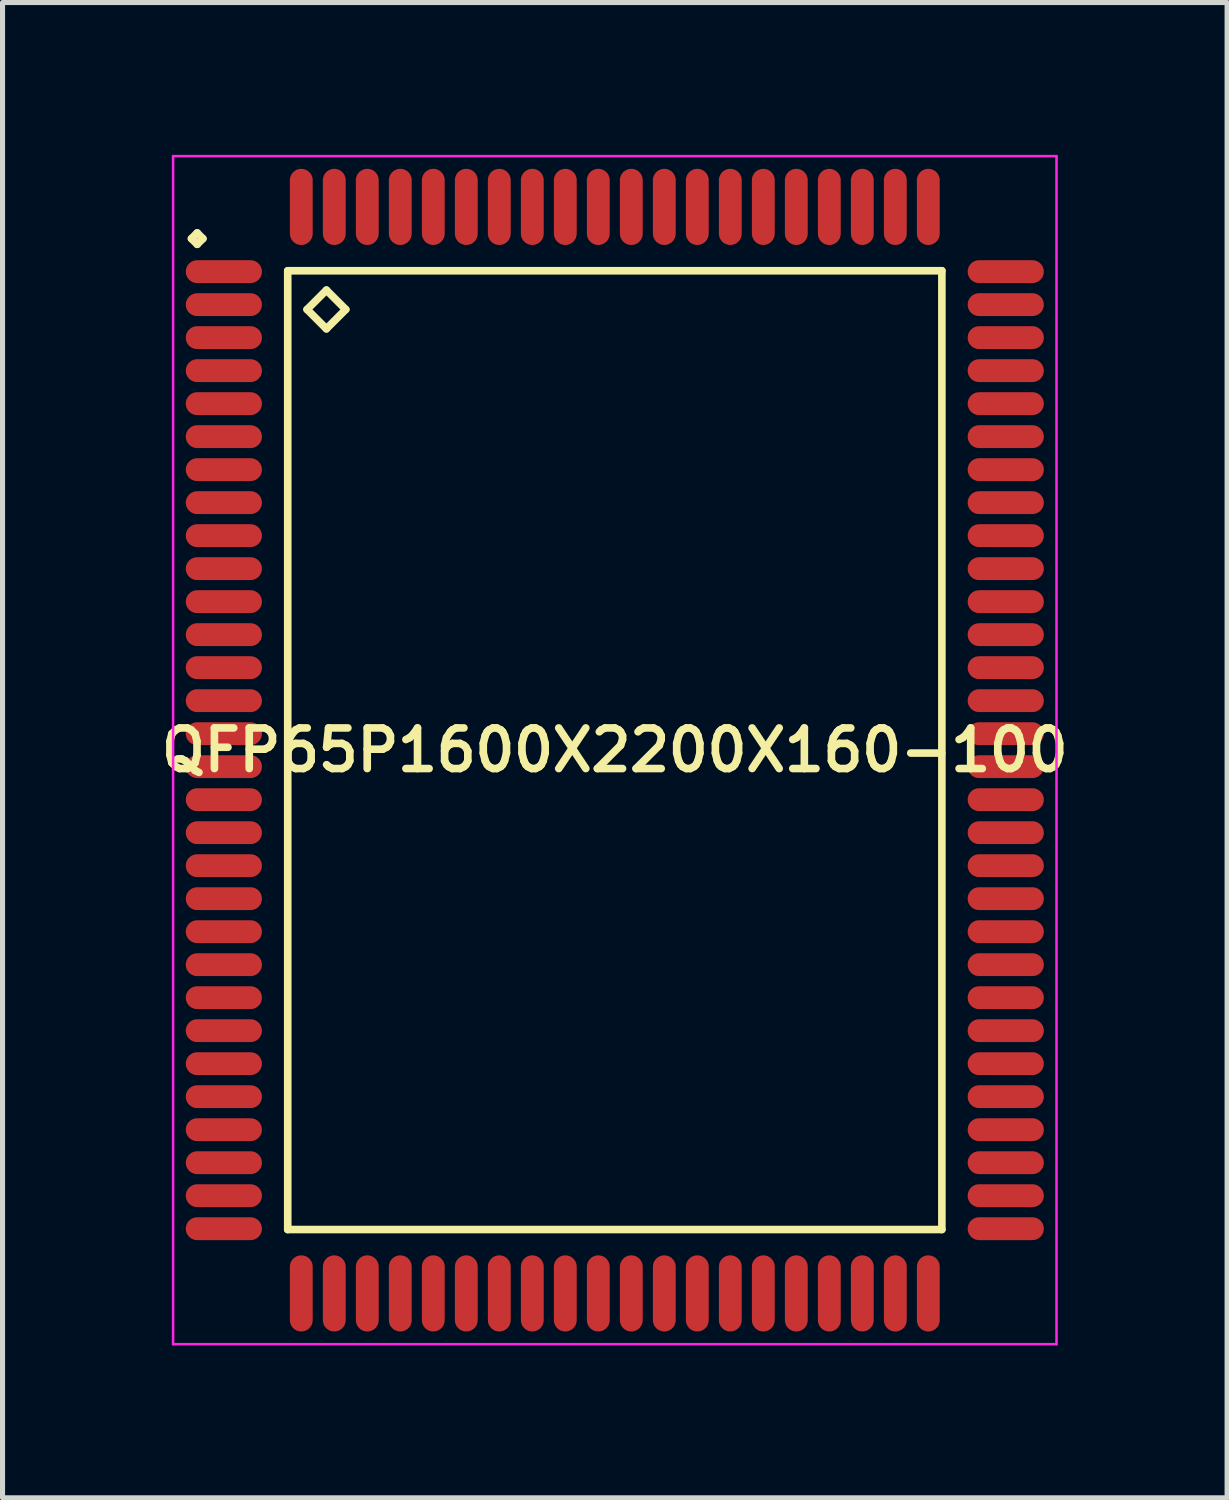
<source format=kicad_pcb>
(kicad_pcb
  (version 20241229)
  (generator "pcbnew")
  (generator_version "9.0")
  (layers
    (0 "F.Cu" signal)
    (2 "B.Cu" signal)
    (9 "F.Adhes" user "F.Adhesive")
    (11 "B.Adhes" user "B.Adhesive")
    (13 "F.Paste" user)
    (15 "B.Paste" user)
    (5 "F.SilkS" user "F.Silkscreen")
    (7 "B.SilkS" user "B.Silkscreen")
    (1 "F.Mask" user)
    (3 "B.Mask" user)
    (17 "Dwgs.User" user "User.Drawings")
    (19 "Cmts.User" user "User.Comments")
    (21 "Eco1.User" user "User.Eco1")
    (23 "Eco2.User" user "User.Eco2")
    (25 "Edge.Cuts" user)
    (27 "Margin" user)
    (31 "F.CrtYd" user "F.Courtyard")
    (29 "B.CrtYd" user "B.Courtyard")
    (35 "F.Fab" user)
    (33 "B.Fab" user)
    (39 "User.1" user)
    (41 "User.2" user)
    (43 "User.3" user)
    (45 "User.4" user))
  (footprint "QFP65P1600X2200X160-100"
    (layer "F.Cu")
    (at 9.059 11.725)
    (property "Reference" "QFP65P1600X2200X160-100" (at 0 0 0) (layer "F.SilkS") (effects (font (size 0.8 0.8) (thickness 0.15))))
    (attr smd)
    (fp_line (start -8.338 -10.075) (end -8.225 -10.188) (stroke (width 0.15) (type solid)) (layer "F.SilkS"))
    (fp_line (start -8.225 -10.188) (end -8.113 -10.075) (stroke (width 0.15) (type solid)) (layer "F.SilkS"))
    (fp_line (start -8.225 -9.963) (end -8.338 -10.075) (stroke (width 0.15) (type solid)) (layer "F.SilkS"))
    (fp_line (start -8.113 -10.075) (end -8.225 -9.963) (stroke (width 0.15) (type solid)) (layer "F.SilkS"))
    (fp_line (start -6.442 -9.442) (end -6.442 9.442) (stroke (width 0.15) (type solid)) (layer "F.SilkS"))
    (fp_line (start -6.442 9.442) (end 6.442 9.442) (stroke (width 0.15) (type solid)) (layer "F.SilkS"))
    (fp_line (start -6.061 -8.68) (end -5.68 -9.061) (stroke (width 0.15) (type solid)) (layer "F.SilkS"))
    (fp_line (start -5.68 -9.061) (end -5.299 -8.68) (stroke (width 0.15) (type solid)) (layer "F.SilkS"))
    (fp_line (start -5.68 -8.299) (end -6.061 -8.68) (stroke (width 0.15) (type solid)) (layer "F.SilkS"))
    (fp_line (start -5.299 -8.68) (end -5.68 -8.299) (stroke (width 0.15) (type solid)) (layer "F.SilkS"))
    (fp_line (start 6.442 -9.442) (end -6.442 -9.442) (stroke (width 0.15) (type solid)) (layer "F.SilkS"))
    (fp_line (start 6.442 9.442) (end 6.442 -9.442) (stroke (width 0.15) (type solid)) (layer "F.SilkS"))
    (fp_line (start -8.7 -11.7) (end 8.7 -11.7) (stroke (width 0.05) (type solid)) (layer "F.CrtYd"))
    (fp_line (start -8.7 11.7) (end -8.7 -11.7) (stroke (width 0.05) (type solid)) (layer "F.CrtYd"))
    (fp_line (start 8.7 -11.7) (end 8.7 11.7) (stroke (width 0.05) (type solid)) (layer "F.CrtYd"))
    (fp_line (start 8.7 11.7) (end -8.7 11.7) (stroke (width 0.05) (type solid)) (layer "F.CrtYd"))
    (pad "1" smd oval (at -7.7 -9.425) (size 1.5 0.45) (layers "F.Cu" "F.Mask" "F.Paste"))
    (pad "2" smd oval (at -7.7 -8.775) (size 1.5 0.45) (layers "F.Cu" "F.Mask" "F.Paste"))
    (pad "3" smd oval (at -7.7 -8.125) (size 1.5 0.45) (layers "F.Cu" "F.Mask" "F.Paste"))
    (pad "4" smd oval (at -7.7 -7.475) (size 1.5 0.45) (layers "F.Cu" "F.Mask" "F.Paste"))
    (pad "5" smd oval (at -7.7 -6.825) (size 1.5 0.45) (layers "F.Cu" "F.Mask" "F.Paste"))
    (pad "6" smd oval (at -7.7 -6.175) (size 1.5 0.45) (layers "F.Cu" "F.Mask" "F.Paste"))
    (pad "7" smd oval (at -7.7 -5.525) (size 1.5 0.45) (layers "F.Cu" "F.Mask" "F.Paste"))
    (pad "8" smd oval (at -7.7 -4.875) (size 1.5 0.45) (layers "F.Cu" "F.Mask" "F.Paste"))
    (pad "9" smd oval (at -7.7 -4.225) (size 1.5 0.45) (layers "F.Cu" "F.Mask" "F.Paste"))
    (pad "10" smd oval (at -7.7 -3.575) (size 1.5 0.45) (layers "F.Cu" "F.Mask" "F.Paste"))
    (pad "11" smd oval (at -7.7 -2.925) (size 1.5 0.45) (layers "F.Cu" "F.Mask" "F.Paste"))
    (pad "12" smd oval (at -7.7 -2.275) (size 1.5 0.45) (layers "F.Cu" "F.Mask" "F.Paste"))
    (pad "13" smd oval (at -7.7 -1.625) (size 1.5 0.45) (layers "F.Cu" "F.Mask" "F.Paste"))
    (pad "14" smd oval (at -7.7 -0.975) (size 1.5 0.45) (layers "F.Cu" "F.Mask" "F.Paste"))
    (pad "15" smd oval (at -7.7 -0.325) (size 1.5 0.45) (layers "F.Cu" "F.Mask" "F.Paste"))
    (pad "16" smd oval (at -7.7 0.325) (size 1.5 0.45) (layers "F.Cu" "F.Mask" "F.Paste"))
    (pad "17" smd oval (at -7.7 0.975) (size 1.5 0.45) (layers "F.Cu" "F.Mask" "F.Paste"))
    (pad "18" smd oval (at -7.7 1.625) (size 1.5 0.45) (layers "F.Cu" "F.Mask" "F.Paste"))
    (pad "19" smd oval (at -7.7 2.275) (size 1.5 0.45) (layers "F.Cu" "F.Mask" "F.Paste"))
    (pad "20" smd oval (at -7.7 2.925) (size 1.5 0.45) (layers "F.Cu" "F.Mask" "F.Paste"))
    (pad "21" smd oval (at -7.7 3.575) (size 1.5 0.45) (layers "F.Cu" "F.Mask" "F.Paste"))
    (pad "22" smd oval (at -7.7 4.225) (size 1.5 0.45) (layers "F.Cu" "F.Mask" "F.Paste"))
    (pad "23" smd oval (at -7.7 4.875) (size 1.5 0.45) (layers "F.Cu" "F.Mask" "F.Paste"))
    (pad "24" smd oval (at -7.7 5.525) (size 1.5 0.45) (layers "F.Cu" "F.Mask" "F.Paste"))
    (pad "25" smd oval (at -7.7 6.175) (size 1.5 0.45) (layers "F.Cu" "F.Mask" "F.Paste"))
    (pad "26" smd oval (at -7.7 6.825) (size 1.5 0.45) (layers "F.Cu" "F.Mask" "F.Paste"))
    (pad "27" smd oval (at -7.7 7.475) (size 1.5 0.45) (layers "F.Cu" "F.Mask" "F.Paste"))
    (pad "28" smd oval (at -7.7 8.125) (size 1.5 0.45) (layers "F.Cu" "F.Mask" "F.Paste"))
    (pad "29" smd oval (at -7.7 8.775) (size 1.5 0.45) (layers "F.Cu" "F.Mask" "F.Paste"))
    (pad "30" smd oval (at -7.7 9.425) (size 1.5 0.45) (layers "F.Cu" "F.Mask" "F.Paste"))
    (pad "31" smd oval (at -6.175 10.7) (size 0.45 1.5) (layers "F.Cu" "F.Mask" "F.Paste"))
    (pad "32" smd oval (at -5.525 10.7) (size 0.45 1.5) (layers "F.Cu" "F.Mask" "F.Paste"))
    (pad "33" smd oval (at -4.875 10.7) (size 0.45 1.5) (layers "F.Cu" "F.Mask" "F.Paste"))
    (pad "34" smd oval (at -4.225 10.7) (size 0.45 1.5) (layers "F.Cu" "F.Mask" "F.Paste"))
    (pad "35" smd oval (at -3.575 10.7) (size 0.45 1.5) (layers "F.Cu" "F.Mask" "F.Paste"))
    (pad "36" smd oval (at -2.925 10.7) (size 0.45 1.5) (layers "F.Cu" "F.Mask" "F.Paste"))
    (pad "37" smd oval (at -2.275 10.7) (size 0.45 1.5) (layers "F.Cu" "F.Mask" "F.Paste"))
    (pad "38" smd oval (at -1.625 10.7) (size 0.45 1.5) (layers "F.Cu" "F.Mask" "F.Paste"))
    (pad "39" smd oval (at -0.975 10.7) (size 0.45 1.5) (layers "F.Cu" "F.Mask" "F.Paste"))
    (pad "40" smd oval (at -0.325 10.7) (size 0.45 1.5) (layers "F.Cu" "F.Mask" "F.Paste"))
    (pad "41" smd oval (at 0.325 10.7) (size 0.45 1.5) (layers "F.Cu" "F.Mask" "F.Paste"))
    (pad "42" smd oval (at 0.975 10.7) (size 0.45 1.5) (layers "F.Cu" "F.Mask" "F.Paste"))
    (pad "43" smd oval (at 1.625 10.7) (size 0.45 1.5) (layers "F.Cu" "F.Mask" "F.Paste"))
    (pad "44" smd oval (at 2.275 10.7) (size 0.45 1.5) (layers "F.Cu" "F.Mask" "F.Paste"))
    (pad "45" smd oval (at 2.925 10.7) (size 0.45 1.5) (layers "F.Cu" "F.Mask" "F.Paste"))
    (pad "46" smd oval (at 3.575 10.7) (size 0.45 1.5) (layers "F.Cu" "F.Mask" "F.Paste"))
    (pad "47" smd oval (at 4.225 10.7) (size 0.45 1.5) (layers "F.Cu" "F.Mask" "F.Paste"))
    (pad "48" smd oval (at 4.875 10.7) (size 0.45 1.5) (layers "F.Cu" "F.Mask" "F.Paste"))
    (pad "49" smd oval (at 5.525 10.7) (size 0.45 1.5) (layers "F.Cu" "F.Mask" "F.Paste"))
    (pad "50" smd oval (at 6.175 10.7) (size 0.45 1.5) (layers "F.Cu" "F.Mask" "F.Paste"))
    (pad "51" smd oval (at 7.7 9.425) (size 1.5 0.45) (layers "F.Cu" "F.Mask" "F.Paste"))
    (pad "52" smd oval (at 7.7 8.775) (size 1.5 0.45) (layers "F.Cu" "F.Mask" "F.Paste"))
    (pad "53" smd oval (at 7.7 8.125) (size 1.5 0.45) (layers "F.Cu" "F.Mask" "F.Paste"))
    (pad "54" smd oval (at 7.7 7.475) (size 1.5 0.45) (layers "F.Cu" "F.Mask" "F.Paste"))
    (pad "55" smd oval (at 7.7 6.825) (size 1.5 0.45) (layers "F.Cu" "F.Mask" "F.Paste"))
    (pad "56" smd oval (at 7.7 6.175) (size 1.5 0.45) (layers "F.Cu" "F.Mask" "F.Paste"))
    (pad "57" smd oval (at 7.7 5.525) (size 1.5 0.45) (layers "F.Cu" "F.Mask" "F.Paste"))
    (pad "58" smd oval (at 7.7 4.875) (size 1.5 0.45) (layers "F.Cu" "F.Mask" "F.Paste"))
    (pad "59" smd oval (at 7.7 4.225) (size 1.5 0.45) (layers "F.Cu" "F.Mask" "F.Paste"))
    (pad "60" smd oval (at 7.7 3.575) (size 1.5 0.45) (layers "F.Cu" "F.Mask" "F.Paste"))
    (pad "61" smd oval (at 7.7 2.925) (size 1.5 0.45) (layers "F.Cu" "F.Mask" "F.Paste"))
    (pad "62" smd oval (at 7.7 2.275) (size 1.5 0.45) (layers "F.Cu" "F.Mask" "F.Paste"))
    (pad "63" smd oval (at 7.7 1.625) (size 1.5 0.45) (layers "F.Cu" "F.Mask" "F.Paste"))
    (pad "64" smd oval (at 7.7 0.975) (size 1.5 0.45) (layers "F.Cu" "F.Mask" "F.Paste"))
    (pad "65" smd oval (at 7.7 0.325) (size 1.5 0.45) (layers "F.Cu" "F.Mask" "F.Paste"))
    (pad "66" smd oval (at 7.7 -0.325) (size 1.5 0.45) (layers "F.Cu" "F.Mask" "F.Paste"))
    (pad "67" smd oval (at 7.7 -0.975) (size 1.5 0.45) (layers "F.Cu" "F.Mask" "F.Paste"))
    (pad "68" smd oval (at 7.7 -1.625) (size 1.5 0.45) (layers "F.Cu" "F.Mask" "F.Paste"))
    (pad "69" smd oval (at 7.7 -2.275) (size 1.5 0.45) (layers "F.Cu" "F.Mask" "F.Paste"))
    (pad "70" smd oval (at 7.7 -2.925) (size 1.5 0.45) (layers "F.Cu" "F.Mask" "F.Paste"))
    (pad "71" smd oval (at 7.7 -3.575) (size 1.5 0.45) (layers "F.Cu" "F.Mask" "F.Paste"))
    (pad "72" smd oval (at 7.7 -4.225) (size 1.5 0.45) (layers "F.Cu" "F.Mask" "F.Paste"))
    (pad "73" smd oval (at 7.7 -4.875) (size 1.5 0.45) (layers "F.Cu" "F.Mask" "F.Paste"))
    (pad "74" smd oval (at 7.7 -5.525) (size 1.5 0.45) (layers "F.Cu" "F.Mask" "F.Paste"))
    (pad "75" smd oval (at 7.7 -6.175) (size 1.5 0.45) (layers "F.Cu" "F.Mask" "F.Paste"))
    (pad "76" smd oval (at 7.7 -6.825) (size 1.5 0.45) (layers "F.Cu" "F.Mask" "F.Paste"))
    (pad "77" smd oval (at 7.7 -7.475) (size 1.5 0.45) (layers "F.Cu" "F.Mask" "F.Paste"))
    (pad "78" smd oval (at 7.7 -8.125) (size 1.5 0.45) (layers "F.Cu" "F.Mask" "F.Paste"))
    (pad "79" smd oval (at 7.7 -8.775) (size 1.5 0.45) (layers "F.Cu" "F.Mask" "F.Paste"))
    (pad "80" smd oval (at 7.7 -9.425) (size 1.5 0.45) (layers "F.Cu" "F.Mask" "F.Paste"))
    (pad "81" smd oval (at 6.175 -10.7) (size 0.45 1.5) (layers "F.Cu" "F.Mask" "F.Paste"))
    (pad "82" smd oval (at 5.525 -10.7) (size 0.45 1.5) (layers "F.Cu" "F.Mask" "F.Paste"))
    (pad "83" smd oval (at 4.875 -10.7) (size 0.45 1.5) (layers "F.Cu" "F.Mask" "F.Paste"))
    (pad "84" smd oval (at 4.225 -10.7) (size 0.45 1.5) (layers "F.Cu" "F.Mask" "F.Paste"))
    (pad "85" smd oval (at 3.575 -10.7) (size 0.45 1.5) (layers "F.Cu" "F.Mask" "F.Paste"))
    (pad "86" smd oval (at 2.925 -10.7) (size 0.45 1.5) (layers "F.Cu" "F.Mask" "F.Paste"))
    (pad "87" smd oval (at 2.275 -10.7) (size 0.45 1.5) (layers "F.Cu" "F.Mask" "F.Paste"))
    (pad "88" smd oval (at 1.625 -10.7) (size 0.45 1.5) (layers "F.Cu" "F.Mask" "F.Paste"))
    (pad "89" smd oval (at 0.975 -10.7) (size 0.45 1.5) (layers "F.Cu" "F.Mask" "F.Paste"))
    (pad "90" smd oval (at 0.325 -10.7) (size 0.45 1.5) (layers "F.Cu" "F.Mask" "F.Paste"))
    (pad "91" smd oval (at -0.325 -10.7) (size 0.45 1.5) (layers "F.Cu" "F.Mask" "F.Paste"))
    (pad "92" smd oval (at -0.975 -10.7) (size 0.45 1.5) (layers "F.Cu" "F.Mask" "F.Paste"))
    (pad "93" smd oval (at -1.625 -10.7) (size 0.45 1.5) (layers "F.Cu" "F.Mask" "F.Paste"))
    (pad "94" smd oval (at -2.275 -10.7) (size 0.45 1.5) (layers "F.Cu" "F.Mask" "F.Paste"))
    (pad "95" smd oval (at -2.925 -10.7) (size 0.45 1.5) (layers "F.Cu" "F.Mask" "F.Paste"))
    (pad "96" smd oval (at -3.575 -10.7) (size 0.45 1.5) (layers "F.Cu" "F.Mask" "F.Paste"))
    (pad "97" smd oval (at -4.225 -10.7) (size 0.45 1.5) (layers "F.Cu" "F.Mask" "F.Paste"))
    (pad "98" smd oval (at -4.875 -10.7) (size 0.45 1.5) (layers "F.Cu" "F.Mask" "F.Paste"))
    (pad "99" smd oval (at -5.525 -10.7) (size 0.45 1.5) (layers "F.Cu" "F.Mask" "F.Paste"))
    (pad "100" smd oval (at -6.175 -10.7) (size 0.45 1.5) (layers "F.Cu" "F.Mask" "F.Paste")))
  (gr_rect
    (start -3 -3)
    (end 21.119 26.45)
    (stroke (width 0.1) (type default))
    (fill no)
    (layer "Edge.Cuts")))
</source>
